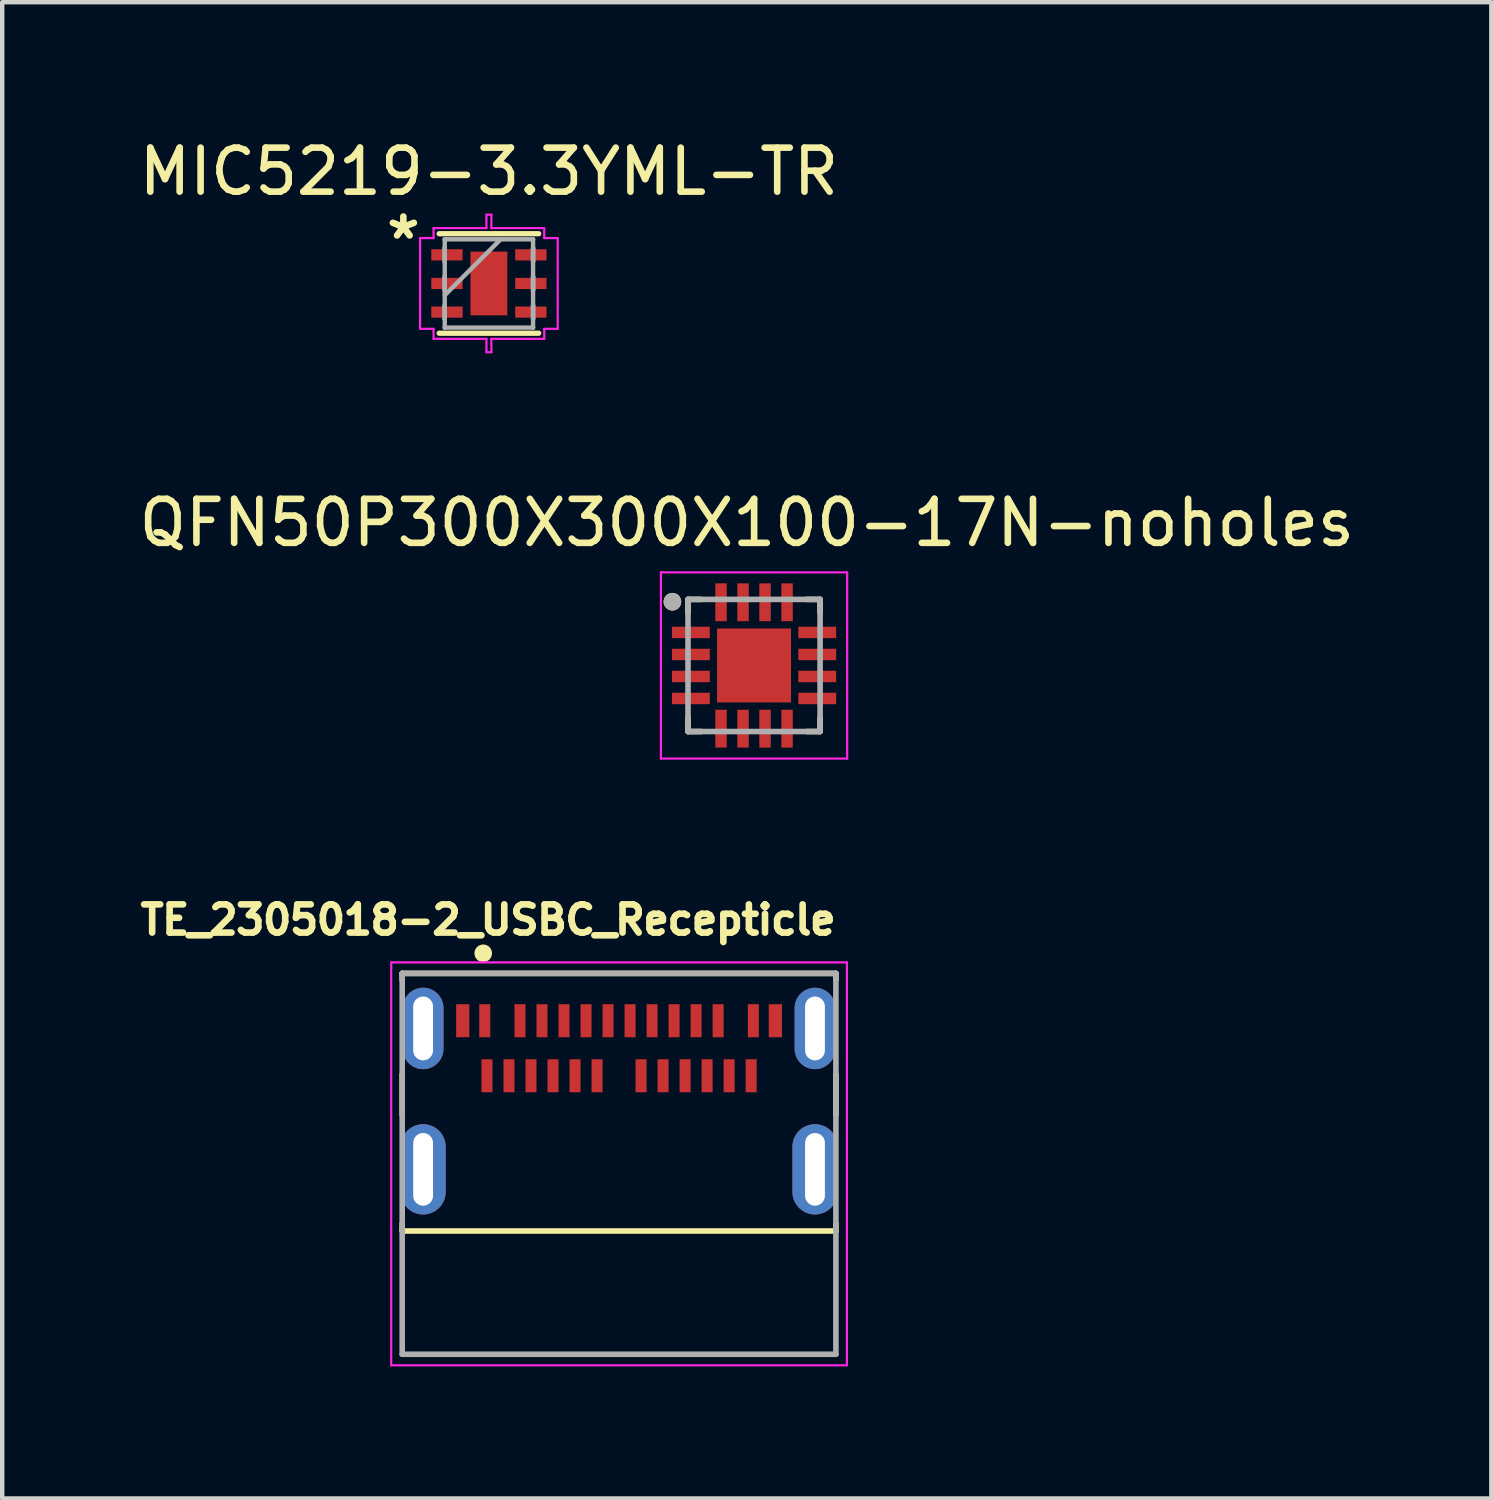
<source format=kicad_pcb>
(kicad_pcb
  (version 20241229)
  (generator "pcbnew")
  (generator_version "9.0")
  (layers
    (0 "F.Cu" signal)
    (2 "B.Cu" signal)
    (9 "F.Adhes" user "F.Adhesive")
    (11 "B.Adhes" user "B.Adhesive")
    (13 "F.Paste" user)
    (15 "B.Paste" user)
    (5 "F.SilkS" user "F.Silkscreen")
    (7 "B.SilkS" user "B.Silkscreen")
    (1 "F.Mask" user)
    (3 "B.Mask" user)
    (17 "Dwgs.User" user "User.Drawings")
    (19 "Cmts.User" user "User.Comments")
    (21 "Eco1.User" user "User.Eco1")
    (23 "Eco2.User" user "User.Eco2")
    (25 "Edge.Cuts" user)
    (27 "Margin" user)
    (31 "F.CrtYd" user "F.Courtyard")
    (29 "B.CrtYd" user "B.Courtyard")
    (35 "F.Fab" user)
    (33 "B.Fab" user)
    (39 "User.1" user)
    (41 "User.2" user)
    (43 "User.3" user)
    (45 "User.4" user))
  (footprint "MIC5219-3.3YML-TR"
    (layer "F.Cu")
    (at 8.054 3.388)
    (property "Reference" "MIC5219-3.3YML-TR" (at 0 -2.54 0) (layer "F.SilkS") (effects (font (size 1 1) (thickness 0.15))))
    (attr through_hole)
    (fp_line (start -1.13 1.13) (end 1.13 1.13) (stroke (width 0.12) (type solid)) (layer "F.SilkS"))
    (fp_line (start 1.13 -1.13) (end -1.13 -1.13) (stroke (width 0.12) (type solid)) (layer "F.SilkS"))
    (fp_line (start -1.562 -1.031) (end -1.257 -1.031) (stroke (width 0.05) (type solid)) (layer "F.CrtYd"))
    (fp_line (start -1.562 1.031) (end -1.562 -1.031) (stroke (width 0.05) (type solid)) (layer "F.CrtYd"))
    (fp_line (start -1.257 -1.257) (end -0.056 -1.257) (stroke (width 0.05) (type solid)) (layer "F.CrtYd"))
    (fp_line (start -1.257 -1.031) (end -1.257 -1.257) (stroke (width 0.05) (type solid)) (layer "F.CrtYd"))
    (fp_line (start -1.257 1.031) (end -1.562 1.031) (stroke (width 0.05) (type solid)) (layer "F.CrtYd"))
    (fp_line (start -1.257 1.257) (end -1.257 1.031) (stroke (width 0.05) (type solid)) (layer "F.CrtYd"))
    (fp_line (start -0.056 -1.562) (end 0.056 -1.562) (stroke (width 0.05) (type solid)) (layer "F.CrtYd"))
    (fp_line (start -0.056 -1.257) (end -0.056 -1.562) (stroke (width 0.05) (type solid)) (layer "F.CrtYd"))
    (fp_line (start -0.056 1.257) (end -1.257 1.257) (stroke (width 0.05) (type solid)) (layer "F.CrtYd"))
    (fp_line (start -0.056 1.562) (end -0.056 1.257) (stroke (width 0.05) (type solid)) (layer "F.CrtYd"))
    (fp_line (start 0.056 -1.562) (end 0.056 -1.257) (stroke (width 0.05) (type solid)) (layer "F.CrtYd"))
    (fp_line (start 0.056 -1.257) (end 1.257 -1.257) (stroke (width 0.05) (type solid)) (layer "F.CrtYd"))
    (fp_line (start 0.056 1.257) (end 0.056 1.562) (stroke (width 0.05) (type solid)) (layer "F.CrtYd"))
    (fp_line (start 0.056 1.562) (end -0.056 1.562) (stroke (width 0.05) (type solid)) (layer "F.CrtYd"))
    (fp_line (start 1.257 -1.257) (end 1.257 -1.031) (stroke (width 0.05) (type solid)) (layer "F.CrtYd"))
    (fp_line (start 1.257 -1.031) (end 1.562 -1.031) (stroke (width 0.05) (type solid)) (layer "F.CrtYd"))
    (fp_line (start 1.257 1.031) (end 1.257 1.257) (stroke (width 0.05) (type solid)) (layer "F.CrtYd"))
    (fp_line (start 1.257 1.257) (end 0.056 1.257) (stroke (width 0.05) (type solid)) (layer "F.CrtYd"))
    (fp_line (start 1.562 -1.031) (end 1.562 1.031) (stroke (width 0.05) (type solid)) (layer "F.CrtYd"))
    (fp_line (start 1.562 1.031) (end 1.257 1.031) (stroke (width 0.05) (type solid)) (layer "F.CrtYd"))
    (fp_line (start -1.003 -1.003) (end -1.003 -1.003) (stroke (width 0.1) (type solid)) (layer "F.Fab"))
    (fp_line (start -1.003 -1.003) (end -1.003 1.003) (stroke (width 0.1) (type solid)) (layer "F.Fab"))
    (fp_line (start -1.003 -0.802) (end -1.003 -0.802) (stroke (width 0.1) (type solid)) (layer "F.Fab"))
    (fp_line (start -1.003 -0.802) (end -1.003 -0.498) (stroke (width 0.1) (type solid)) (layer "F.Fab"))
    (fp_line (start -1.003 -0.498) (end -1.003 -0.802) (stroke (width 0.1) (type solid)) (layer "F.Fab"))
    (fp_line (start -1.003 -0.498) (end -1.003 -0.498) (stroke (width 0.1) (type solid)) (layer "F.Fab"))
    (fp_line (start -1.003 -0.152) (end -1.003 -0.152) (stroke (width 0.1) (type solid)) (layer "F.Fab"))
    (fp_line (start -1.003 -0.152) (end -1.003 0.152) (stroke (width 0.1) (type solid)) (layer "F.Fab"))
    (fp_line (start -1.003 0.152) (end -1.003 -0.152) (stroke (width 0.1) (type solid)) (layer "F.Fab"))
    (fp_line (start -1.003 0.152) (end -1.003 0.152) (stroke (width 0.1) (type solid)) (layer "F.Fab"))
    (fp_line (start -1.003 0.267) (end 0.267 -1.003) (stroke (width 0.1) (type solid)) (layer "F.Fab"))
    (fp_line (start -1.003 0.498) (end -1.003 0.498) (stroke (width 0.1) (type solid)) (layer "F.Fab"))
    (fp_line (start -1.003 0.498) (end -1.003 0.802) (stroke (width 0.1) (type solid)) (layer "F.Fab"))
    (fp_line (start -1.003 0.802) (end -1.003 0.498) (stroke (width 0.1) (type solid)) (layer "F.Fab"))
    (fp_line (start -1.003 0.802) (end -1.003 0.802) (stroke (width 0.1) (type solid)) (layer "F.Fab"))
    (fp_line (start -1.003 1.003) (end -1.003 1.003) (stroke (width 0.1) (type solid)) (layer "F.Fab"))
    (fp_line (start -1.003 1.003) (end 1.003 1.003) (stroke (width 0.1) (type solid)) (layer "F.Fab"))
    (fp_line (start 1.003 -1.003) (end -1.003 -1.003) (stroke (width 0.1) (type solid)) (layer "F.Fab"))
    (fp_line (start 1.003 -1.003) (end 1.003 -1.003) (stroke (width 0.1) (type solid)) (layer "F.Fab"))
    (fp_line (start 1.003 -0.802) (end 1.003 -0.802) (stroke (width 0.1) (type solid)) (layer "F.Fab"))
    (fp_line (start 1.003 -0.802) (end 1.003 -0.498) (stroke (width 0.1) (type solid)) (layer "F.Fab"))
    (fp_line (start 1.003 -0.498) (end 1.003 -0.802) (stroke (width 0.1) (type solid)) (layer "F.Fab"))
    (fp_line (start 1.003 -0.498) (end 1.003 -0.498) (stroke (width 0.1) (type solid)) (layer "F.Fab"))
    (fp_line (start 1.003 -0.152) (end 1.003 -0.152) (stroke (width 0.1) (type solid)) (layer "F.Fab"))
    (fp_line (start 1.003 -0.152) (end 1.003 0.152) (stroke (width 0.1) (type solid)) (layer "F.Fab"))
    (fp_line (start 1.003 0.152) (end 1.003 -0.152) (stroke (width 0.1) (type solid)) (layer "F.Fab"))
    (fp_line (start 1.003 0.152) (end 1.003 0.152) (stroke (width 0.1) (type solid)) (layer "F.Fab"))
    (fp_line (start 1.003 0.498) (end 1.003 0.498) (stroke (width 0.1) (type solid)) (layer "F.Fab"))
    (fp_line (start 1.003 0.498) (end 1.003 0.802) (stroke (width 0.1) (type solid)) (layer "F.Fab"))
    (fp_line (start 1.003 0.802) (end 1.003 0.498) (stroke (width 0.1) (type solid)) (layer "F.Fab"))
    (fp_line (start 1.003 0.802) (end 1.003 0.802) (stroke (width 0.1) (type solid)) (layer "F.Fab"))
    (fp_line (start 1.003 1.003) (end 1.003 -1.003) (stroke (width 0.1) (type solid)) (layer "F.Fab"))
    (fp_line (start 1.003 1.003) (end 1.003 1.003) (stroke (width 0.1) (type solid)) (layer "F.Fab"))
    (fp_text user "*" (at -1.943 -0.975 0) (layer "F.SilkS") (effects (font (size 1 1) (thickness 0.15))))
    (pad "1" smd rect (at -0.953 -0.65 90) (size 0.254 0.711) (layers "F.Cu" "F.Mask" "F.Paste"))
    (pad "2" smd rect (at -0.953 0 90) (size 0.254 0.711) (layers "F.Cu" "F.Mask" "F.Paste"))
    (pad "3" smd rect (at -0.953 0.65 90) (size 0.254 0.711) (layers "F.Cu" "F.Mask" "F.Paste"))
    (pad "4" smd rect (at 0.953 0.65 90) (size 0.254 0.711) (layers "F.Cu" "F.Mask" "F.Paste"))
    (pad "5" smd rect (at 0.953 0 90) (size 0.254 0.711) (layers "F.Cu" "F.Mask" "F.Paste"))
    (pad "6" smd rect (at 0.953 -0.65 90) (size 0.254 0.711) (layers "F.Cu" "F.Mask" "F.Paste"))
    (pad "7" smd rect (at 0 0) (size 0.838 1.448) (layers "F.Cu" "F.Mask" "F.Paste")))
  (footprint "TE_2305018-2_USBC_Recepticle"
    (layer "F.Cu")
    (at 11.01 23.508)
    (property "Reference" "TE_2305018-2_USBC_Recepticle" (at -2.973 -5.666 0) (layer "F.SilkS") (effects (font (size 0.641 0.641) (thickness 0.15))))
    (attr through_hole)
    (fp_line (start -4.925 -4.45) (end 4.925 -4.45) (stroke (width 0.127) (type solid)) (layer "F.SilkS"))
    (fp_line (start -4.925 -4.309) (end -4.925 -4.45) (stroke (width 0.127) (type solid)) (layer "F.SilkS"))
    (fp_line (start -4.925 -1.231) (end -4.925 -2.155) (stroke (width 0.127) (type solid)) (layer "F.SilkS"))
    (fp_line (start -4.925 1.4) (end -4.925 1.231) (stroke (width 0.127) (type solid)) (layer "F.SilkS"))
    (fp_line (start 4.925 -4.309) (end 4.925 -4.45) (stroke (width 0.127) (type solid)) (layer "F.SilkS"))
    (fp_line (start 4.925 -1.231) (end 4.925 -2.155) (stroke (width 0.127) (type solid)) (layer "F.SilkS"))
    (fp_line (start 4.925 1.4) (end -4.925 1.4) (stroke (width 0.127) (type solid)) (layer "F.SilkS"))
    (fp_line (start 4.925 1.4) (end 4.925 1.231) (stroke (width 0.127) (type solid)) (layer "F.SilkS"))
    (fp_circle (center -3.085 -4.907) (end -2.985 -4.907) (stroke (width 0.2) (type solid)) (fill no) (layer "F.SilkS"))
    (fp_line (start -5.175 -4.7) (end 5.175 -4.7) (stroke (width 0.05) (type solid)) (layer "F.CrtYd"))
    (fp_line (start -5.175 4.45) (end -5.175 -4.7) (stroke (width 0.05) (type solid)) (layer "F.CrtYd"))
    (fp_line (start 5.175 -4.7) (end 5.175 4.45) (stroke (width 0.05) (type solid)) (layer "F.CrtYd"))
    (fp_line (start 5.175 4.45) (end -5.175 4.45) (stroke (width 0.05) (type solid)) (layer "F.CrtYd"))
    (fp_line (start -4.925 -4.45) (end 4.925 -4.45) (stroke (width 0.127) (type solid)) (layer "F.Fab"))
    (fp_line (start -4.925 4.2) (end -4.925 -4.45) (stroke (width 0.127) (type solid)) (layer "F.Fab"))
    (fp_line (start -4.925 4.2) (end 4.925 4.2) (stroke (width 0.127) (type solid)) (layer "F.Fab"))
    (fp_line (start 4.925 -4.45) (end 4.925 4.2) (stroke (width 0.127) (type solid)) (layer "F.Fab"))
    (pad "A1" smd rect (at -3.05 -3.375) (size 0.25 0.75) (layers "F.Cu" "F.Mask" "F.Paste"))
    (pad "A2" smd rect (at -2.25 -3.375) (size 0.25 0.75) (layers "F.Cu" "F.Mask" "F.Paste"))
    (pad "A3" smd rect (at -1.75 -3.375) (size 0.25 0.75) (layers "F.Cu" "F.Mask" "F.Paste"))
    (pad "A4" smd rect (at -1.25 -3.375) (size 0.25 0.75) (layers "F.Cu" "F.Mask" "F.Paste"))
    (pad "A5" smd rect (at -0.75 -3.375) (size 0.25 0.75) (layers "F.Cu" "F.Mask" "F.Paste"))
    (pad "A6" smd rect (at -0.25 -3.375) (size 0.25 0.75) (layers "F.Cu" "F.Mask" "F.Paste"))
    (pad "A7" smd rect (at 0.25 -3.375) (size 0.25 0.75) (layers "F.Cu" "F.Mask" "F.Paste"))
    (pad "A8" smd rect (at 0.75 -3.375) (size 0.25 0.75) (layers "F.Cu" "F.Mask" "F.Paste"))
    (pad "A9" smd rect (at 1.25 -3.375) (size 0.25 0.75) (layers "F.Cu" "F.Mask" "F.Paste"))
    (pad "A10" smd rect (at 1.75 -3.375) (size 0.25 0.75) (layers "F.Cu" "F.Mask" "F.Paste"))
    (pad "A11" smd rect (at 2.25 -3.375) (size 0.25 0.75) (layers "F.Cu" "F.Mask" "F.Paste"))
    (pad "A12" smd rect (at 3.05 -3.375) (size 0.25 0.75) (layers "F.Cu" "F.Mask" "F.Paste"))
    (pad "B1" smd rect (at 3 -2.125) (size 0.25 0.75) (layers "F.Cu" "F.Mask" "F.Paste"))
    (pad "B2" smd rect (at 2.5 -2.125) (size 0.25 0.75) (layers "F.Cu" "F.Mask" "F.Paste"))
    (pad "B3" smd rect (at 2 -2.125) (size 0.25 0.75) (layers "F.Cu" "F.Mask" "F.Paste"))
    (pad "B4" smd rect (at 1.5 -2.125) (size 0.25 0.75) (layers "F.Cu" "F.Mask" "F.Paste"))
    (pad "B5" smd rect (at 1 -2.125) (size 0.25 0.75) (layers "F.Cu" "F.Mask" "F.Paste"))
    (pad "B6" smd rect (at 0.5 -2.125) (size 0.25 0.75) (layers "F.Cu" "F.Mask" "F.Paste"))
    (pad "B7" smd rect (at -0.5 -2.125) (size 0.25 0.75) (layers "F.Cu" "F.Mask" "F.Paste"))
    (pad "B8" smd rect (at -1 -2.125) (size 0.25 0.75) (layers "F.Cu" "F.Mask" "F.Paste"))
    (pad "B9" smd rect (at -1.5 -2.125) (size 0.25 0.75) (layers "F.Cu" "F.Mask" "F.Paste"))
    (pad "B10" smd rect (at -2 -2.125) (size 0.25 0.75) (layers "F.Cu" "F.Mask" "F.Paste"))
    (pad "B11" smd rect (at -2.5 -2.125) (size 0.25 0.75) (layers "F.Cu" "F.Mask" "F.Paste"))
    (pad "B12" smd rect (at -3 -2.125) (size 0.25 0.75) (layers "F.Cu" "F.Mask" "F.Paste"))
    (pad "G1" smd rect (at -3.55 -3.375) (size 0.3 0.75) (layers "F.Cu" "F.Mask" "F.Paste"))
    (pad "G2" smd rect (at 3.55 -3.375) (size 0.3 0.75) (layers "F.Cu" "F.Mask" "F.Paste"))
    (pad "S1" thru_hole oval (at -4.45 0) (size 1.025 2.05) (drill oval 0.45 1.65) (layers "*.Cu" "*.Mask" "F.Paste"))
    (pad "S2" thru_hole oval (at 4.45 0) (size 1.025 2.05) (drill oval 0.45 1.65) (layers "*.Cu" "*.Mask" "F.Paste"))
    (pad "S3" thru_hole oval (at -4.45 -3.2) (size 0.925 1.85) (drill oval 0.45 1.45) (layers "*.Cu" "*.Mask" "F.Paste"))
    (pad "S4" thru_hole oval (at 4.45 -3.2) (size 0.925 1.85) (drill oval 0.45 1.45) (layers "*.Cu" "*.Mask" "F.Paste")))
  (footprint "QFN50P300X300X100-17N-noholes"
    (layer "F.Cu")
    (at 14.076 12.064)
    (property "Reference" "QFN50P300X300X100-17N-noholes" (at -0.165 -3.24 0) (layer "F.SilkS") (effects (font (size 1 1) (thickness 0.15))))
    (attr through_hole)
    (fp_line (start -1.5 -1.5) (end -1.5 -1.2) (stroke (width 0.127) (type solid)) (layer "F.SilkS"))
    (fp_line (start -1.5 -1.5) (end -1.2 -1.5) (stroke (width 0.127) (type solid)) (layer "F.SilkS"))
    (fp_line (start -1.5 1.5) (end -1.5 1.2) (stroke (width 0.127) (type solid)) (layer "F.SilkS"))
    (fp_line (start -1.5 1.5) (end -1.2 1.5) (stroke (width 0.127) (type solid)) (layer "F.SilkS"))
    (fp_line (start 1.5 -1.5) (end 1.2 -1.5) (stroke (width 0.127) (type solid)) (layer "F.SilkS"))
    (fp_line (start 1.5 -1.5) (end 1.5 -1.2) (stroke (width 0.127) (type solid)) (layer "F.SilkS"))
    (fp_line (start 1.5 1.5) (end 1.2 1.5) (stroke (width 0.127) (type solid)) (layer "F.SilkS"))
    (fp_line (start 1.5 1.5) (end 1.5 1.2) (stroke (width 0.127) (type solid)) (layer "F.SilkS"))
    (fp_circle (center -1.854 -1.448) (end -1.754 -1.448) (stroke (width 0.2) (type solid)) (fill no) (layer "F.SilkS"))
    (fp_poly (pts (xy -0.53 -0.53) (xy 0.53 -0.53) (xy 0.53 0.53) (xy -0.53 0.53)) (stroke (width 0.01) (type solid)) (fill yes) (layer "F.Paste"))
    (fp_line (start -2.115 -2.115) (end 2.115 -2.115) (stroke (width 0.05) (type solid)) (layer "F.CrtYd"))
    (fp_line (start -2.115 2.115) (end -2.115 -2.115) (stroke (width 0.05) (type solid)) (layer "F.CrtYd"))
    (fp_line (start -2.115 2.115) (end 2.115 2.115) (stroke (width 0.05) (type solid)) (layer "F.CrtYd"))
    (fp_line (start 2.115 2.115) (end 2.115 -2.115) (stroke (width 0.05) (type solid)) (layer "F.CrtYd"))
    (fp_line (start -1.5 1.5) (end -1.5 -1.5) (stroke (width 0.127) (type solid)) (layer "F.Fab"))
    (fp_line (start 1.5 -1.5) (end -1.5 -1.5) (stroke (width 0.127) (type solid)) (layer "F.Fab"))
    (fp_line (start 1.5 1.5) (end -1.5 1.5) (stroke (width 0.127) (type solid)) (layer "F.Fab"))
    (fp_line (start 1.5 1.5) (end 1.5 -1.5) (stroke (width 0.127) (type solid)) (layer "F.Fab"))
    (fp_circle (center -1.854 -1.448) (end -1.754 -1.448) (stroke (width 0.2) (type solid)) (fill no) (layer "F.Fab"))
    (pad "1" smd roundrect (at -1.435 -0.75) (size 0.86 0.26) (layers "F.Cu" "F.Mask" "F.Paste") (roundrect_rratio 0.03))
    (pad "2" smd roundrect (at -1.435 -0.25) (size 0.86 0.26) (layers "F.Cu" "F.Mask" "F.Paste") (roundrect_rratio 0.03))
    (pad "3" smd roundrect (at -1.435 0.25) (size 0.86 0.26) (layers "F.Cu" "F.Mask" "F.Paste") (roundrect_rratio 0.03))
    (pad "4" smd roundrect (at -1.435 0.75) (size 0.86 0.26) (layers "F.Cu" "F.Mask" "F.Paste") (roundrect_rratio 0.03))
    (pad "5" smd roundrect (at -0.75 1.435 90) (size 0.86 0.26) (layers "F.Cu" "F.Mask" "F.Paste") (roundrect_rratio 0.03))
    (pad "6" smd roundrect (at -0.25 1.435 90) (size 0.86 0.26) (layers "F.Cu" "F.Mask" "F.Paste") (roundrect_rratio 0.03))
    (pad "7" smd roundrect (at 0.25 1.435 90) (size 0.86 0.26) (layers "F.Cu" "F.Mask" "F.Paste") (roundrect_rratio 0.03))
    (pad "8" smd roundrect (at 0.75 1.435 90) (size 0.86 0.26) (layers "F.Cu" "F.Mask" "F.Paste") (roundrect_rratio 0.03))
    (pad "9" smd roundrect (at 1.435 0.75) (size 0.86 0.26) (layers "F.Cu" "F.Mask" "F.Paste") (roundrect_rratio 0.03))
    (pad "10" smd roundrect (at 1.435 0.25) (size 0.86 0.26) (layers "F.Cu" "F.Mask" "F.Paste") (roundrect_rratio 0.03))
    (pad "11" smd roundrect (at 1.435 -0.25) (size 0.86 0.26) (layers "F.Cu" "F.Mask" "F.Paste") (roundrect_rratio 0.03))
    (pad "12" smd roundrect (at 1.435 -0.75) (size 0.86 0.26) (layers "F.Cu" "F.Mask" "F.Paste") (roundrect_rratio 0.03))
    (pad "13" smd roundrect (at 0.75 -1.435 90) (size 0.86 0.26) (layers "F.Cu" "F.Mask" "F.Paste") (roundrect_rratio 0.03))
    (pad "14" smd roundrect (at 0.25 -1.435 90) (size 0.86 0.26) (layers "F.Cu" "F.Mask" "F.Paste") (roundrect_rratio 0.03))
    (pad "15" smd roundrect (at -0.25 -1.435 90) (size 0.86 0.26) (layers "F.Cu" "F.Mask" "F.Paste") (roundrect_rratio 0.03))
    (pad "16" smd roundrect (at -0.75 -1.435 90) (size 0.86 0.26) (layers "F.Cu" "F.Mask" "F.Paste") (roundrect_rratio 0.03))
    (pad "17" smd rect (at 0 0) (size 1.68 1.68) (layers "F.Cu" "F.Mask"))
    (pad "18" smd circle (at 0 0) (size 0.457 0.457) (layers "F.Cu" "F.Mask" "F.Paste"))
    (pad "19" smd circle (at -0.457 -0.483) (size 0.457 0.457) (layers "F.Cu" "F.Mask" "F.Paste"))
    (pad "20" smd circle (at 0.432 -0.483) (size 0.457 0.457) (layers "F.Cu" "F.Mask" "F.Paste"))
    (pad "21" smd circle (at -0.457 0.483) (size 0.457 0.457) (layers "F.Cu" "F.Mask" "F.Paste"))
    (pad "22" smd circle (at 0.457 0.483) (size 0.457 0.457) (layers "F.Cu" "F.Mask" "F.Paste")))
  (gr_rect
    (start -3 -3)
    (end 30.821 30.983)
    (stroke (width 0.1) (type default))
    (fill no)
    (layer "Edge.Cuts")))
</source>
